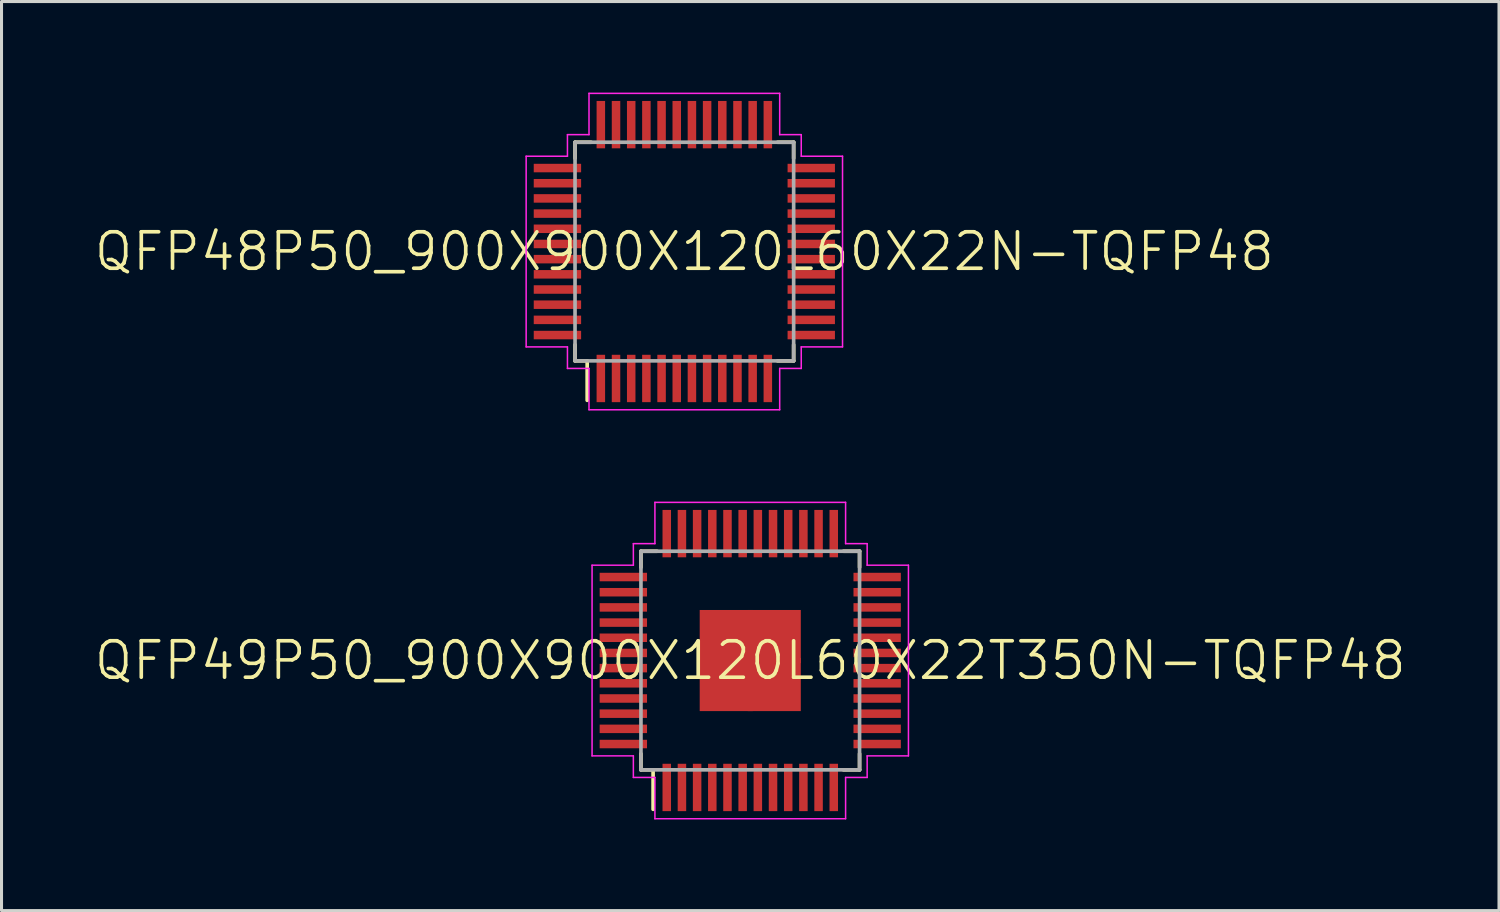
<source format=kicad_pcb>
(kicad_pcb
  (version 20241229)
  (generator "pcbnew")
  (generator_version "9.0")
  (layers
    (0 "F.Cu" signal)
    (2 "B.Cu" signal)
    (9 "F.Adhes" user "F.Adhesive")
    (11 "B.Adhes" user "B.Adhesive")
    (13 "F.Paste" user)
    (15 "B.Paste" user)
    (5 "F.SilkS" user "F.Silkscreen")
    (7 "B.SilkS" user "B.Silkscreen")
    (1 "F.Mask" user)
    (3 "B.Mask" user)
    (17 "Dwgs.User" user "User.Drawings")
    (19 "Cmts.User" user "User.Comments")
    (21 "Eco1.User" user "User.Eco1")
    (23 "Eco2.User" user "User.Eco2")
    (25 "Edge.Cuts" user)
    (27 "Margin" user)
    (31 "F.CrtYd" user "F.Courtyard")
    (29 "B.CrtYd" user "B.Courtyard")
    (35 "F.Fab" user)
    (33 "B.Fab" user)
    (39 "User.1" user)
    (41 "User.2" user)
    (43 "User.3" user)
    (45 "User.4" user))
  (footprint "QFP49P50_900X900X120L60X22T350N-TQFP48"
    (layer "F.Cu")
    (at 21.66 18.705)
    (property "Reference" "QFP49P50_900X900X120L60X22T350N-TQFP48" (at 0 0 0) (layer "F.SilkS") (effects (font (size 1.2 1.2) (thickness 0.12))))
    (attr smd)
    (fp_line (start -3.6 -3.6) (end -3.6 -3.07) (stroke (width 0.12) (type solid)) (layer "F.SilkS"))
    (fp_line (start -3.6 3.6) (end -3.6 3.07) (stroke (width 0.12) (type solid)) (layer "F.SilkS"))
    (fp_line (start -3.2 3.6) (end -3.6 3.6) (stroke (width 0.12) (type solid)) (layer "F.SilkS"))
    (fp_line (start -3.2 3.6) (end -3.2 4.9) (stroke (width 0.12) (type solid)) (layer "F.SilkS"))
    (fp_line (start -3.07 -3.6) (end -3.6 -3.6) (stroke (width 0.12) (type solid)) (layer "F.SilkS"))
    (fp_line (start 3.07 -3.6) (end 3.6 -3.6) (stroke (width 0.12) (type solid)) (layer "F.SilkS"))
    (fp_line (start 3.07 3.6) (end 3.6 3.6) (stroke (width 0.12) (type solid)) (layer "F.SilkS"))
    (fp_line (start 3.6 -3.6) (end 3.6 -3.07) (stroke (width 0.12) (type solid)) (layer "F.SilkS"))
    (fp_line (start 3.6 3.6) (end 3.6 3.07) (stroke (width 0.12) (type solid)) (layer "F.SilkS"))
    (fp_line (start -5.21 -3.14) (end -5.21 3.14) (stroke (width 0.05) (type solid)) (layer "F.CrtYd"))
    (fp_line (start -5.21 3.14) (end -3.85 3.14) (stroke (width 0.05) (type solid)) (layer "F.CrtYd"))
    (fp_line (start -3.85 -3.85) (end -3.85 -3.14) (stroke (width 0.05) (type solid)) (layer "F.CrtYd"))
    (fp_line (start -3.85 -3.14) (end -5.21 -3.14) (stroke (width 0.05) (type solid)) (layer "F.CrtYd"))
    (fp_line (start -3.85 3.14) (end -3.85 3.85) (stroke (width 0.05) (type solid)) (layer "F.CrtYd"))
    (fp_line (start -3.85 3.85) (end -3.14 3.85) (stroke (width 0.05) (type solid)) (layer "F.CrtYd"))
    (fp_line (start -3.14 -5.21) (end -3.14 -3.85) (stroke (width 0.05) (type solid)) (layer "F.CrtYd"))
    (fp_line (start -3.14 -3.85) (end -3.85 -3.85) (stroke (width 0.05) (type solid)) (layer "F.CrtYd"))
    (fp_line (start -3.14 3.85) (end -3.14 5.21) (stroke (width 0.05) (type solid)) (layer "F.CrtYd"))
    (fp_line (start -3.14 5.21) (end 3.14 5.21) (stroke (width 0.05) (type solid)) (layer "F.CrtYd"))
    (fp_line (start 3.14 -5.21) (end -3.14 -5.21) (stroke (width 0.05) (type solid)) (layer "F.CrtYd"))
    (fp_line (start 3.14 -3.85) (end 3.14 -5.21) (stroke (width 0.05) (type solid)) (layer "F.CrtYd"))
    (fp_line (start 3.14 3.85) (end 3.85 3.85) (stroke (width 0.05) (type solid)) (layer "F.CrtYd"))
    (fp_line (start 3.14 5.21) (end 3.14 3.85) (stroke (width 0.05) (type solid)) (layer "F.CrtYd"))
    (fp_line (start 3.85 -3.85) (end 3.14 -3.85) (stroke (width 0.05) (type solid)) (layer "F.CrtYd"))
    (fp_line (start 3.85 -3.14) (end 3.85 -3.85) (stroke (width 0.05) (type solid)) (layer "F.CrtYd"))
    (fp_line (start 3.85 3.14) (end 5.21 3.14) (stroke (width 0.05) (type solid)) (layer "F.CrtYd"))
    (fp_line (start 3.85 3.85) (end 3.85 3.14) (stroke (width 0.05) (type solid)) (layer "F.CrtYd"))
    (fp_line (start 5.21 -3.14) (end 3.85 -3.14) (stroke (width 0.05) (type solid)) (layer "F.CrtYd"))
    (fp_line (start 5.21 3.14) (end 5.21 -3.14) (stroke (width 0.05) (type solid)) (layer "F.CrtYd"))
    (fp_line (start -3.6 -3.6) (end 3.6 -3.6) (stroke (width 0.12) (type solid)) (layer "F.Fab"))
    (fp_line (start -3.6 3.6) (end -3.6 -3.6) (stroke (width 0.12) (type solid)) (layer "F.Fab"))
    (fp_line (start 3.6 -3.6) (end 3.6 3.6) (stroke (width 0.12) (type solid)) (layer "F.Fab"))
    (fp_line (start 3.6 3.6) (end -3.6 3.6) (stroke (width 0.12) (type solid)) (layer "F.Fab"))
    (pad "1" smd rect (at -2.75 4.18 90) (size 1.56 0.28) (layers "F.Cu" "F.Mask" "F.Paste"))
    (pad "2" smd rect (at -2.25 4.18 90) (size 1.56 0.28) (layers "F.Cu" "F.Mask" "F.Paste"))
    (pad "3" smd rect (at -1.75 4.18 90) (size 1.56 0.28) (layers "F.Cu" "F.Mask" "F.Paste"))
    (pad "4" smd rect (at -1.25 4.18 90) (size 1.56 0.28) (layers "F.Cu" "F.Mask" "F.Paste"))
    (pad "5" smd rect (at -0.75 4.18 90) (size 1.56 0.28) (layers "F.Cu" "F.Mask" "F.Paste"))
    (pad "6" smd rect (at -0.25 4.18 90) (size 1.56 0.28) (layers "F.Cu" "F.Mask" "F.Paste"))
    (pad "7" smd rect (at 0.25 4.18 90) (size 1.56 0.28) (layers "F.Cu" "F.Mask" "F.Paste"))
    (pad "8" smd rect (at 0.75 4.18 90) (size 1.56 0.28) (layers "F.Cu" "F.Mask" "F.Paste"))
    (pad "9" smd rect (at 1.25 4.18 90) (size 1.56 0.28) (layers "F.Cu" "F.Mask" "F.Paste"))
    (pad "10" smd rect (at 1.75 4.18 90) (size 1.56 0.28) (layers "F.Cu" "F.Mask" "F.Paste"))
    (pad "11" smd rect (at 2.25 4.18 90) (size 1.56 0.28) (layers "F.Cu" "F.Mask" "F.Paste"))
    (pad "12" smd rect (at 2.75 4.18 90) (size 1.56 0.28) (layers "F.Cu" "F.Mask" "F.Paste"))
    (pad "13" smd rect (at 4.18 2.75) (size 1.56 0.28) (layers "F.Cu" "F.Mask" "F.Paste"))
    (pad "14" smd rect (at 4.18 2.25) (size 1.56 0.28) (layers "F.Cu" "F.Mask" "F.Paste"))
    (pad "15" smd rect (at 4.18 1.75) (size 1.56 0.28) (layers "F.Cu" "F.Mask" "F.Paste"))
    (pad "16" smd rect (at 4.18 1.25) (size 1.56 0.28) (layers "F.Cu" "F.Mask" "F.Paste"))
    (pad "17" smd rect (at 4.18 0.75) (size 1.56 0.28) (layers "F.Cu" "F.Mask" "F.Paste"))
    (pad "18" smd rect (at 4.18 0.25) (size 1.56 0.28) (layers "F.Cu" "F.Mask" "F.Paste"))
    (pad "19" smd rect (at 4.18 -0.25) (size 1.56 0.28) (layers "F.Cu" "F.Mask" "F.Paste"))
    (pad "20" smd rect (at 4.18 -0.75) (size 1.56 0.28) (layers "F.Cu" "F.Mask" "F.Paste"))
    (pad "21" smd rect (at 4.18 -1.25) (size 1.56 0.28) (layers "F.Cu" "F.Mask" "F.Paste"))
    (pad "22" smd rect (at 4.18 -1.75) (size 1.56 0.28) (layers "F.Cu" "F.Mask" "F.Paste"))
    (pad "23" smd rect (at 4.18 -2.25) (size 1.56 0.28) (layers "F.Cu" "F.Mask" "F.Paste"))
    (pad "24" smd rect (at 4.18 -2.75) (size 1.56 0.28) (layers "F.Cu" "F.Mask" "F.Paste"))
    (pad "25" smd rect (at 2.75 -4.18 90) (size 1.56 0.28) (layers "F.Cu" "F.Mask" "F.Paste"))
    (pad "26" smd rect (at 2.25 -4.18 90) (size 1.56 0.28) (layers "F.Cu" "F.Mask" "F.Paste"))
    (pad "27" smd rect (at 1.75 -4.18 90) (size 1.56 0.28) (layers "F.Cu" "F.Mask" "F.Paste"))
    (pad "28" smd rect (at 1.25 -4.18 90) (size 1.56 0.28) (layers "F.Cu" "F.Mask" "F.Paste"))
    (pad "29" smd rect (at 0.75 -4.18 90) (size 1.56 0.28) (layers "F.Cu" "F.Mask" "F.Paste"))
    (pad "30" smd rect (at 0.25 -4.18 90) (size 1.56 0.28) (layers "F.Cu" "F.Mask" "F.Paste"))
    (pad "31" smd rect (at -0.25 -4.18 90) (size 1.56 0.28) (layers "F.Cu" "F.Mask" "F.Paste"))
    (pad "32" smd rect (at -0.75 -4.18 90) (size 1.56 0.28) (layers "F.Cu" "F.Mask" "F.Paste"))
    (pad "33" smd rect (at -1.25 -4.18 90) (size 1.56 0.28) (layers "F.Cu" "F.Mask" "F.Paste"))
    (pad "34" smd rect (at -1.75 -4.18 90) (size 1.56 0.28) (layers "F.Cu" "F.Mask" "F.Paste"))
    (pad "35" smd rect (at -2.25 -4.18 90) (size 1.56 0.28) (layers "F.Cu" "F.Mask" "F.Paste"))
    (pad "36" smd rect (at -2.75 -4.18 90) (size 1.56 0.28) (layers "F.Cu" "F.Mask" "F.Paste"))
    (pad "37" smd rect (at -4.18 -2.75) (size 1.56 0.28) (layers "F.Cu" "F.Mask" "F.Paste"))
    (pad "38" smd rect (at -4.18 -2.25) (size 1.56 0.28) (layers "F.Cu" "F.Mask" "F.Paste"))
    (pad "39" smd rect (at -4.18 -1.75) (size 1.56 0.28) (layers "F.Cu" "F.Mask" "F.Paste"))
    (pad "40" smd rect (at -4.18 -1.25) (size 1.56 0.28) (layers "F.Cu" "F.Mask" "F.Paste"))
    (pad "41" smd rect (at -4.18 -0.75) (size 1.56 0.28) (layers "F.Cu" "F.Mask" "F.Paste"))
    (pad "42" smd rect (at -4.18 -0.25) (size 1.56 0.28) (layers "F.Cu" "F.Mask" "F.Paste"))
    (pad "43" smd rect (at -4.18 0.25) (size 1.56 0.28) (layers "F.Cu" "F.Mask" "F.Paste"))
    (pad "44" smd rect (at -4.18 0.75) (size 1.56 0.28) (layers "F.Cu" "F.Mask" "F.Paste"))
    (pad "45" smd rect (at -4.18 1.25) (size 1.56 0.28) (layers "F.Cu" "F.Mask" "F.Paste"))
    (pad "46" smd rect (at -4.18 1.75) (size 1.56 0.28) (layers "F.Cu" "F.Mask" "F.Paste"))
    (pad "47" smd rect (at -4.18 2.25) (size 1.56 0.28) (layers "F.Cu" "F.Mask" "F.Paste"))
    (pad "48" smd rect (at -4.18 2.75) (size 1.56 0.28) (layers "F.Cu" "F.Mask" "F.Paste"))
    (pad "49" smd rect (at -0.79 -0.79) (size 1.75 1.75) (layers "F.Cu" "F.Mask" "F.Paste"))
    (pad "49" smd rect (at -0.79 0.79) (size 1.75 1.75) (layers "F.Cu" "F.Mask" "F.Paste"))
    (pad "49" smd rect (at 0.79 -0.79) (size 1.75 1.75) (layers "F.Cu" "F.Mask" "F.Paste"))
    (pad "49" smd rect (at 0.79 0.79) (size 1.75 1.75) (layers "F.Cu" "F.Mask" "F.Paste")))
  (footprint "QFP48P50_900X900X120L60X22N-TQFP48"
    (layer "F.Cu")
    (at 19.489 5.235)
    (property "Reference" "QFP48P50_900X900X120L60X22N-TQFP48" (at 0 0 0) (layer "F.SilkS") (effects (font (size 1.2 1.2) (thickness 0.12))))
    (attr smd)
    (fp_line (start -3.6 -3.6) (end -3.6 -3.07) (stroke (width 0.12) (type solid)) (layer "F.SilkS"))
    (fp_line (start -3.6 3.6) (end -3.6 3.07) (stroke (width 0.12) (type solid)) (layer "F.SilkS"))
    (fp_line (start -3.2 3.6) (end -3.6 3.6) (stroke (width 0.12) (type solid)) (layer "F.SilkS"))
    (fp_line (start -3.2 3.6) (end -3.2 4.9) (stroke (width 0.12) (type solid)) (layer "F.SilkS"))
    (fp_line (start -3.07 -3.6) (end -3.6 -3.6) (stroke (width 0.12) (type solid)) (layer "F.SilkS"))
    (fp_line (start 3.07 -3.6) (end 3.6 -3.6) (stroke (width 0.12) (type solid)) (layer "F.SilkS"))
    (fp_line (start 3.07 3.6) (end 3.6 3.6) (stroke (width 0.12) (type solid)) (layer "F.SilkS"))
    (fp_line (start 3.6 -3.6) (end 3.6 -3.07) (stroke (width 0.12) (type solid)) (layer "F.SilkS"))
    (fp_line (start 3.6 3.6) (end 3.6 3.07) (stroke (width 0.12) (type solid)) (layer "F.SilkS"))
    (fp_line (start -5.21 -3.14) (end -5.21 3.14) (stroke (width 0.05) (type solid)) (layer "F.CrtYd"))
    (fp_line (start -5.21 3.14) (end -3.85 3.14) (stroke (width 0.05) (type solid)) (layer "F.CrtYd"))
    (fp_line (start -3.85 -3.85) (end -3.85 -3.14) (stroke (width 0.05) (type solid)) (layer "F.CrtYd"))
    (fp_line (start -3.85 -3.14) (end -5.21 -3.14) (stroke (width 0.05) (type solid)) (layer "F.CrtYd"))
    (fp_line (start -3.85 3.14) (end -3.85 3.85) (stroke (width 0.05) (type solid)) (layer "F.CrtYd"))
    (fp_line (start -3.85 3.85) (end -3.14 3.85) (stroke (width 0.05) (type solid)) (layer "F.CrtYd"))
    (fp_line (start -3.14 -5.21) (end -3.14 -3.85) (stroke (width 0.05) (type solid)) (layer "F.CrtYd"))
    (fp_line (start -3.14 -3.85) (end -3.85 -3.85) (stroke (width 0.05) (type solid)) (layer "F.CrtYd"))
    (fp_line (start -3.14 3.85) (end -3.14 5.21) (stroke (width 0.05) (type solid)) (layer "F.CrtYd"))
    (fp_line (start -3.14 5.21) (end 3.14 5.21) (stroke (width 0.05) (type solid)) (layer "F.CrtYd"))
    (fp_line (start 3.14 -5.21) (end -3.14 -5.21) (stroke (width 0.05) (type solid)) (layer "F.CrtYd"))
    (fp_line (start 3.14 -3.85) (end 3.14 -5.21) (stroke (width 0.05) (type solid)) (layer "F.CrtYd"))
    (fp_line (start 3.14 3.85) (end 3.85 3.85) (stroke (width 0.05) (type solid)) (layer "F.CrtYd"))
    (fp_line (start 3.14 5.21) (end 3.14 3.85) (stroke (width 0.05) (type solid)) (layer "F.CrtYd"))
    (fp_line (start 3.85 -3.85) (end 3.14 -3.85) (stroke (width 0.05) (type solid)) (layer "F.CrtYd"))
    (fp_line (start 3.85 -3.14) (end 3.85 -3.85) (stroke (width 0.05) (type solid)) (layer "F.CrtYd"))
    (fp_line (start 3.85 3.14) (end 5.21 3.14) (stroke (width 0.05) (type solid)) (layer "F.CrtYd"))
    (fp_line (start 3.85 3.85) (end 3.85 3.14) (stroke (width 0.05) (type solid)) (layer "F.CrtYd"))
    (fp_line (start 5.21 -3.14) (end 3.85 -3.14) (stroke (width 0.05) (type solid)) (layer "F.CrtYd"))
    (fp_line (start 5.21 3.14) (end 5.21 -3.14) (stroke (width 0.05) (type solid)) (layer "F.CrtYd"))
    (fp_line (start -3.6 -3.6) (end 3.6 -3.6) (stroke (width 0.12) (type solid)) (layer "F.Fab"))
    (fp_line (start -3.6 3.6) (end -3.6 -3.6) (stroke (width 0.12) (type solid)) (layer "F.Fab"))
    (fp_line (start 3.6 -3.6) (end 3.6 3.6) (stroke (width 0.12) (type solid)) (layer "F.Fab"))
    (fp_line (start 3.6 3.6) (end -3.6 3.6) (stroke (width 0.12) (type solid)) (layer "F.Fab"))
    (pad "1" smd rect (at -2.75 4.18 90) (size 1.56 0.28) (layers "F.Cu" "F.Mask" "F.Paste"))
    (pad "2" smd rect (at -2.25 4.18 90) (size 1.56 0.28) (layers "F.Cu" "F.Mask" "F.Paste"))
    (pad "3" smd rect (at -1.75 4.18 90) (size 1.56 0.28) (layers "F.Cu" "F.Mask" "F.Paste"))
    (pad "4" smd rect (at -1.25 4.18 90) (size 1.56 0.28) (layers "F.Cu" "F.Mask" "F.Paste"))
    (pad "5" smd rect (at -0.75 4.18 90) (size 1.56 0.28) (layers "F.Cu" "F.Mask" "F.Paste"))
    (pad "6" smd rect (at -0.25 4.18 90) (size 1.56 0.28) (layers "F.Cu" "F.Mask" "F.Paste"))
    (pad "7" smd rect (at 0.25 4.18 90) (size 1.56 0.28) (layers "F.Cu" "F.Mask" "F.Paste"))
    (pad "8" smd rect (at 0.75 4.18 90) (size 1.56 0.28) (layers "F.Cu" "F.Mask" "F.Paste"))
    (pad "9" smd rect (at 1.25 4.18 90) (size 1.56 0.28) (layers "F.Cu" "F.Mask" "F.Paste"))
    (pad "10" smd rect (at 1.75 4.18 90) (size 1.56 0.28) (layers "F.Cu" "F.Mask" "F.Paste"))
    (pad "11" smd rect (at 2.25 4.18 90) (size 1.56 0.28) (layers "F.Cu" "F.Mask" "F.Paste"))
    (pad "12" smd rect (at 2.75 4.18 90) (size 1.56 0.28) (layers "F.Cu" "F.Mask" "F.Paste"))
    (pad "13" smd rect (at 4.18 2.75) (size 1.56 0.28) (layers "F.Cu" "F.Mask" "F.Paste"))
    (pad "14" smd rect (at 4.18 2.25) (size 1.56 0.28) (layers "F.Cu" "F.Mask" "F.Paste"))
    (pad "15" smd rect (at 4.18 1.75) (size 1.56 0.28) (layers "F.Cu" "F.Mask" "F.Paste"))
    (pad "16" smd rect (at 4.18 1.25) (size 1.56 0.28) (layers "F.Cu" "F.Mask" "F.Paste"))
    (pad "17" smd rect (at 4.18 0.75) (size 1.56 0.28) (layers "F.Cu" "F.Mask" "F.Paste"))
    (pad "18" smd rect (at 4.18 0.25) (size 1.56 0.28) (layers "F.Cu" "F.Mask" "F.Paste"))
    (pad "19" smd rect (at 4.18 -0.25) (size 1.56 0.28) (layers "F.Cu" "F.Mask" "F.Paste"))
    (pad "20" smd rect (at 4.18 -0.75) (size 1.56 0.28) (layers "F.Cu" "F.Mask" "F.Paste"))
    (pad "21" smd rect (at 4.18 -1.25) (size 1.56 0.28) (layers "F.Cu" "F.Mask" "F.Paste"))
    (pad "22" smd rect (at 4.18 -1.75) (size 1.56 0.28) (layers "F.Cu" "F.Mask" "F.Paste"))
    (pad "23" smd rect (at 4.18 -2.25) (size 1.56 0.28) (layers "F.Cu" "F.Mask" "F.Paste"))
    (pad "24" smd rect (at 4.18 -2.75) (size 1.56 0.28) (layers "F.Cu" "F.Mask" "F.Paste"))
    (pad "25" smd rect (at 2.75 -4.18 90) (size 1.56 0.28) (layers "F.Cu" "F.Mask" "F.Paste"))
    (pad "26" smd rect (at 2.25 -4.18 90) (size 1.56 0.28) (layers "F.Cu" "F.Mask" "F.Paste"))
    (pad "27" smd rect (at 1.75 -4.18 90) (size 1.56 0.28) (layers "F.Cu" "F.Mask" "F.Paste"))
    (pad "28" smd rect (at 1.25 -4.18 90) (size 1.56 0.28) (layers "F.Cu" "F.Mask" "F.Paste"))
    (pad "29" smd rect (at 0.75 -4.18 90) (size 1.56 0.28) (layers "F.Cu" "F.Mask" "F.Paste"))
    (pad "30" smd rect (at 0.25 -4.18 90) (size 1.56 0.28) (layers "F.Cu" "F.Mask" "F.Paste"))
    (pad "31" smd rect (at -0.25 -4.18 90) (size 1.56 0.28) (layers "F.Cu" "F.Mask" "F.Paste"))
    (pad "32" smd rect (at -0.75 -4.18 90) (size 1.56 0.28) (layers "F.Cu" "F.Mask" "F.Paste"))
    (pad "33" smd rect (at -1.25 -4.18 90) (size 1.56 0.28) (layers "F.Cu" "F.Mask" "F.Paste"))
    (pad "34" smd rect (at -1.75 -4.18 90) (size 1.56 0.28) (layers "F.Cu" "F.Mask" "F.Paste"))
    (pad "35" smd rect (at -2.25 -4.18 90) (size 1.56 0.28) (layers "F.Cu" "F.Mask" "F.Paste"))
    (pad "36" smd rect (at -2.75 -4.18 90) (size 1.56 0.28) (layers "F.Cu" "F.Mask" "F.Paste"))
    (pad "37" smd rect (at -4.18 -2.75) (size 1.56 0.28) (layers "F.Cu" "F.Mask" "F.Paste"))
    (pad "38" smd rect (at -4.18 -2.25) (size 1.56 0.28) (layers "F.Cu" "F.Mask" "F.Paste"))
    (pad "39" smd rect (at -4.18 -1.75) (size 1.56 0.28) (layers "F.Cu" "F.Mask" "F.Paste"))
    (pad "40" smd rect (at -4.18 -1.25) (size 1.56 0.28) (layers "F.Cu" "F.Mask" "F.Paste"))
    (pad "41" smd rect (at -4.18 -0.75) (size 1.56 0.28) (layers "F.Cu" "F.Mask" "F.Paste"))
    (pad "42" smd rect (at -4.18 -0.25) (size 1.56 0.28) (layers "F.Cu" "F.Mask" "F.Paste"))
    (pad "43" smd rect (at -4.18 0.25) (size 1.56 0.28) (layers "F.Cu" "F.Mask" "F.Paste"))
    (pad "44" smd rect (at -4.18 0.75) (size 1.56 0.28) (layers "F.Cu" "F.Mask" "F.Paste"))
    (pad "45" smd rect (at -4.18 1.25) (size 1.56 0.28) (layers "F.Cu" "F.Mask" "F.Paste"))
    (pad "46" smd rect (at -4.18 1.75) (size 1.56 0.28) (layers "F.Cu" "F.Mask" "F.Paste"))
    (pad "47" smd rect (at -4.18 2.25) (size 1.56 0.28) (layers "F.Cu" "F.Mask" "F.Paste"))
    (pad "48" smd rect (at -4.18 2.75) (size 1.56 0.28) (layers "F.Cu" "F.Mask" "F.Paste")))
  (gr_rect
    (start -3 -3)
    (end 46.32 26.94)
    (stroke (width 0.1) (type default))
    (fill no)
    (layer "Edge.Cuts")))
</source>
